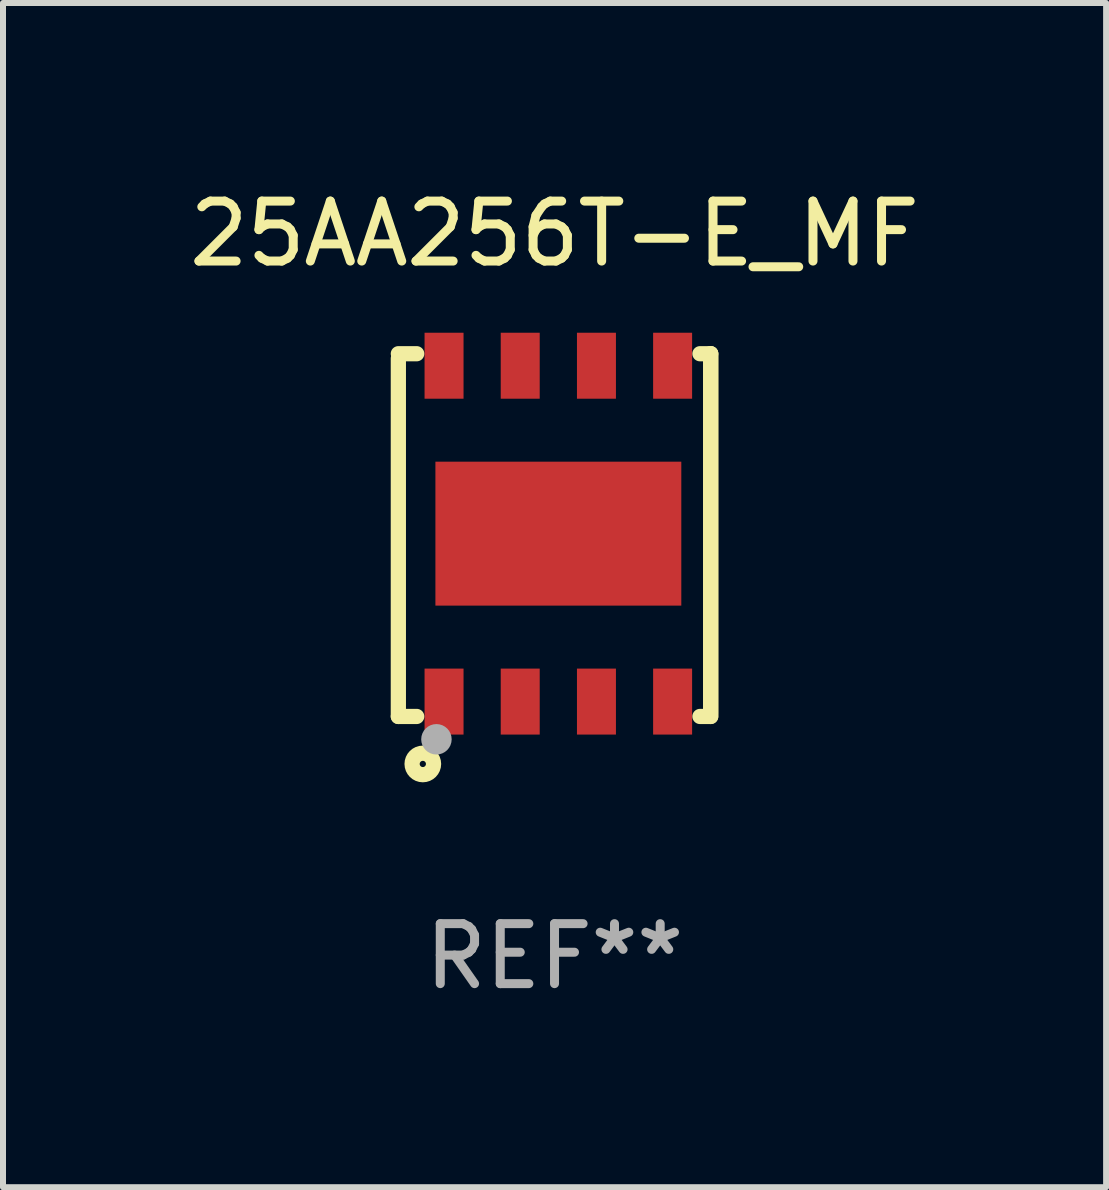
<source format=kicad_pcb>
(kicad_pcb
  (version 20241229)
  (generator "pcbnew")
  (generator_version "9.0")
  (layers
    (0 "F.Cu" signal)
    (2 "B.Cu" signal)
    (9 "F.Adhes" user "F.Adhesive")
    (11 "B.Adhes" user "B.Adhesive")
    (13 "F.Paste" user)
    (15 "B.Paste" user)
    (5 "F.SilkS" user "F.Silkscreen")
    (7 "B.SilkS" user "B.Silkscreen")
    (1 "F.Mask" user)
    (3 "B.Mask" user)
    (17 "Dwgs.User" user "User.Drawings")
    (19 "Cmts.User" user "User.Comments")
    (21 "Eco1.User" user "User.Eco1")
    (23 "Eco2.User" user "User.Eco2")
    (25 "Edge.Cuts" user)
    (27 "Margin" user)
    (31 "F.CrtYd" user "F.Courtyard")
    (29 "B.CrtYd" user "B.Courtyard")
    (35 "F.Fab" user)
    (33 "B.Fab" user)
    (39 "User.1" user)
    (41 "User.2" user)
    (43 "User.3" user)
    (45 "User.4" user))
  (footprint "25AA256T-E_MF"
    (layer "F.Cu")
    (at 6.196 5.872)
    (property "Reference" "25AA256T-E_MF" (at 0 -5.024 0) (layer "F.SilkS") (effects (font (size 1 1) (thickness 0.15))))
    (attr through_hole)
    (fp_line (start -2.604 -2.945) (end -2.604 3.024) (stroke (width 0.254) (type solid)) (layer "F.SilkS"))
    (fp_line (start -2.604 3.024) (end -2.298 3.024) (stroke (width 0.254) (type solid)) (layer "F.SilkS"))
    (fp_line (start -2.298 -3.024) (end -2.604 -3.024) (stroke (width 0.254) (type solid)) (layer "F.SilkS"))
    (fp_line (start 2.425 3.024) (end 2.604 3.024) (stroke (width 0.254) (type solid)) (layer "F.SilkS"))
    (fp_line (start 2.604 -3.024) (end 2.425 -3.024) (stroke (width 0.254) (type solid)) (layer "F.SilkS"))
    (fp_line (start 2.604 -3.024) (end 2.604 2.976) (stroke (width 0.254) (type solid)) (layer "F.SilkS"))
    (fp_line (start 2.604 3.024) (end 2.604 -3.024) (stroke (width 0.254) (type solid)) (layer "F.SilkS"))
    (fp_circle (center -2.437 2.976) (end -2.407 2.976) (stroke (width 0.06) (type solid)) (fill no) (layer "F.SilkS"))
    (fp_circle (center -2.196 3.816) (end -2.017 3.816) (stroke (width 0.254) (type solid)) (fill no) (layer "F.SilkS"))
    (fp_circle (center -1.969 3.405) (end -1.842 3.405) (stroke (width 0.254) (type solid)) (fill no) (layer "F.Fab"))
    (fp_text user "REF**" (at 0 7.024 0) (layer "F.Fab") (effects (font (size 1 1) (thickness 0.15))))
    (pad "1" smd rect (at -1.842 2.776) (size 0.65 1.1) (layers "F.Cu" "F.Mask" "F.Paste"))
    (pad "2" smd rect (at -0.572 2.776) (size 0.65 1.1) (layers "F.Cu" "F.Mask" "F.Paste"))
    (pad "3" smd rect (at 0.699 2.776) (size 0.65 1.1) (layers "F.Cu" "F.Mask" "F.Paste"))
    (pad "4" smd rect (at 1.969 2.776) (size 0.65 1.1) (layers "F.Cu" "F.Mask" "F.Paste"))
    (pad "5" smd rect (at 1.969 -2.824) (size 0.65 1.1) (layers "F.Cu" "F.Mask" "F.Paste"))
    (pad "6" smd rect (at 0.699 -2.824) (size 0.65 1.1) (layers "F.Cu" "F.Mask" "F.Paste"))
    (pad "7" smd rect (at -0.572 -2.824) (size 0.65 1.1) (layers "F.Cu" "F.Mask" "F.Paste"))
    (pad "8" smd rect (at -1.842 -2.824) (size 0.65 1.1) (layers "F.Cu" "F.Mask" "F.Paste"))
    (pad "9" smd rect (at 0.064 -0.024) (size 4.1 2.4) (layers "F.Cu" "F.Mask" "F.Paste")))
  (gr_rect
    (start -3 -3)
    (end 15.393 16.745)
    (stroke (width 0.1) (type default))
    (fill no)
    (layer "Edge.Cuts")))
</source>
